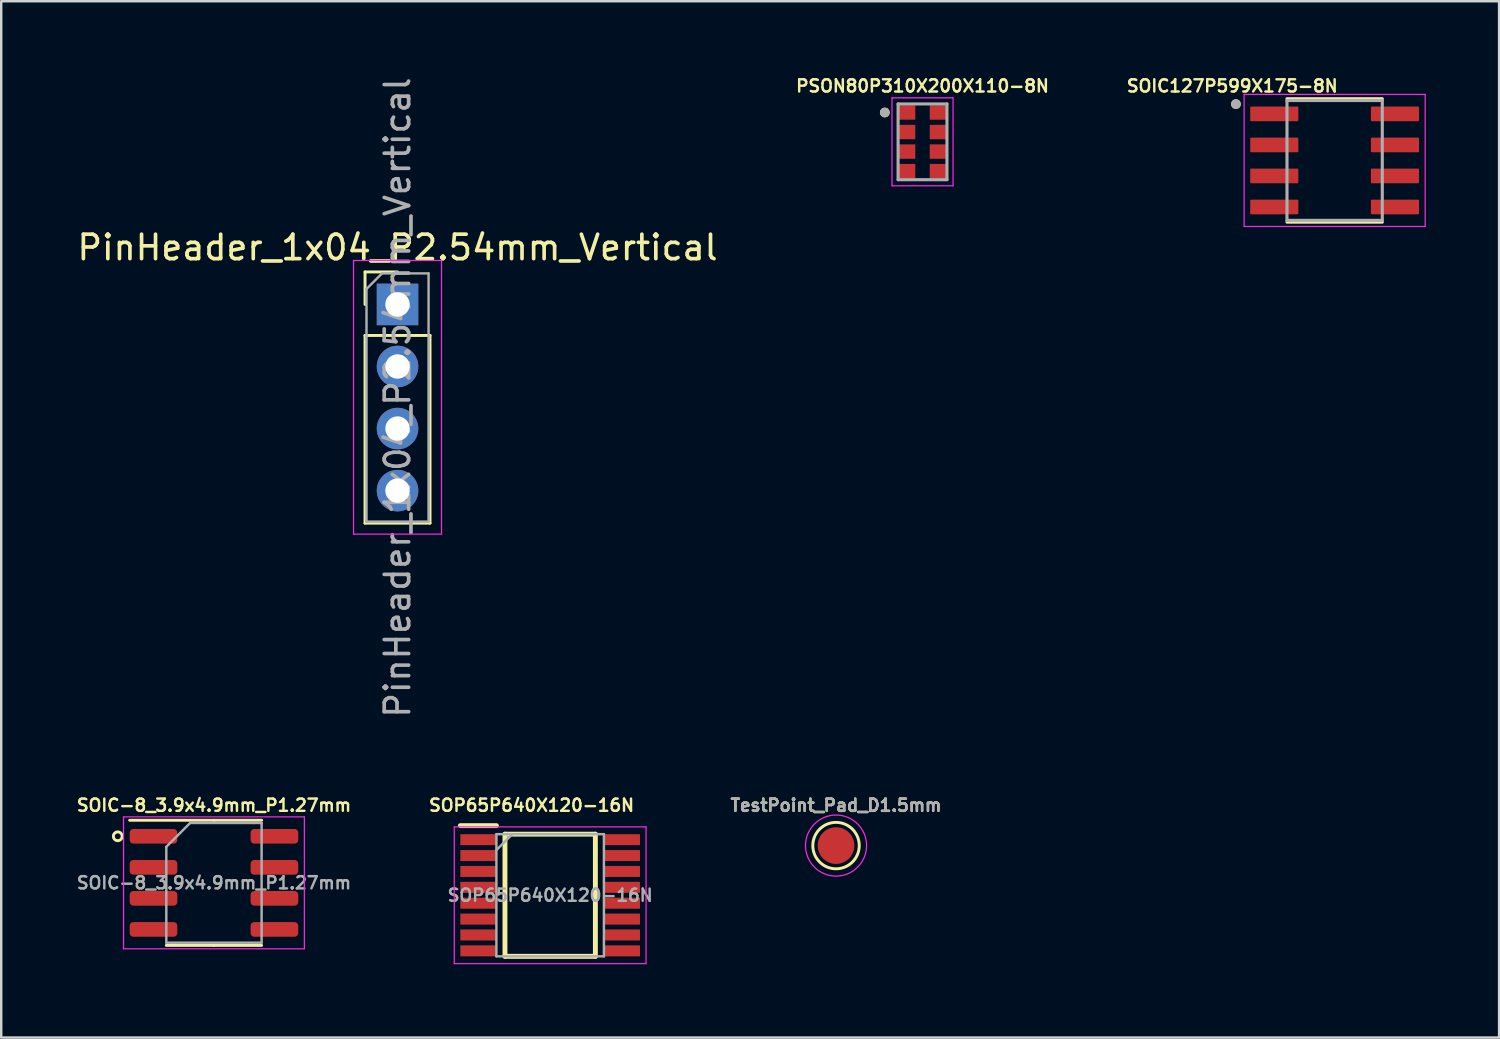
<source format=kicad_pcb>
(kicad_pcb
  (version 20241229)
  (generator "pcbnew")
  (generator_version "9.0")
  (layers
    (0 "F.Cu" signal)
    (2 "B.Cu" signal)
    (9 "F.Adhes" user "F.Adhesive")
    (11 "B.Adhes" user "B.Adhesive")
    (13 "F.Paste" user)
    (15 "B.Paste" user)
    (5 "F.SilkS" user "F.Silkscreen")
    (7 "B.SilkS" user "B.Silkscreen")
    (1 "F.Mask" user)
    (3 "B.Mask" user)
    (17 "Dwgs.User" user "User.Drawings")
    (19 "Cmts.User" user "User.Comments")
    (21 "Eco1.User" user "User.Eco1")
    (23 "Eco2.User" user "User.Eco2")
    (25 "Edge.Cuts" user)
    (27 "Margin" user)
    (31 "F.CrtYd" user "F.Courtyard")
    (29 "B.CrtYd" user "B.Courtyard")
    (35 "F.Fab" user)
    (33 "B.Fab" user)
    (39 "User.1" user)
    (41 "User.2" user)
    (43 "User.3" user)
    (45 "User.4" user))
  (footprint "TestPoint_Pad_D1.5mm"
    (layer "F.Cu")
    (at 31.167 31.558)
    (property "Reference" "TestPoint_Pad_D1.5mm" (at 0 -1.648 0) (layer "F.SilkS") (effects (font (size 0.5 0.5) (thickness 0.1))))
    (attr exclude_from_pos_files)
    (fp_circle (center 0 0) (end 0 0.95) (stroke (width 0.12) (type solid)) (fill no) (layer "F.SilkS"))
    (fp_circle (center 0 0) (end 1.25 0) (stroke (width 0.05) (type solid)) (fill no) (layer "F.CrtYd"))
    (fp_text user "${REFERENCE}" (at 0 -1.65 0) (layer "F.Fab") (effects (font (size 0.5 0.5) (thickness 0.1))))
    (pad "1" smd circle (at 0 0) (size 1.5 1.5) (layers "F.Cu" "F.Mask")))
  (footprint "PinHeader_1x04_P2.54mm_Vertical"
    (layer "F.Cu")
    (at 13.22 9.41)
    (property "Reference" "PinHeader_1x04_P2.54mm_Vertical" (at 0 -2.33 0) (layer "F.SilkS") (effects (font (size 1 1) (thickness 0.15))))
    (attr through_hole)
    (fp_line (start -1.33 -1.33) (end 0 -1.33) (stroke (width 0.12) (type solid)) (layer "F.SilkS"))
    (fp_line (start -1.33 0) (end -1.33 -1.33) (stroke (width 0.12) (type solid)) (layer "F.SilkS"))
    (fp_line (start -1.33 1.27) (end -1.33 8.95) (stroke (width 0.12) (type solid)) (layer "F.SilkS"))
    (fp_line (start -1.33 1.27) (end 1.33 1.27) (stroke (width 0.12) (type solid)) (layer "F.SilkS"))
    (fp_line (start -1.33 8.95) (end 1.33 8.95) (stroke (width 0.12) (type solid)) (layer "F.SilkS"))
    (fp_line (start 1.33 1.27) (end 1.33 8.95) (stroke (width 0.12) (type solid)) (layer "F.SilkS"))
    (fp_line (start -1.8 -1.8) (end -1.8 9.4) (stroke (width 0.05) (type solid)) (layer "F.CrtYd"))
    (fp_line (start -1.8 9.4) (end 1.8 9.4) (stroke (width 0.05) (type solid)) (layer "F.CrtYd"))
    (fp_line (start 1.8 -1.8) (end -1.8 -1.8) (stroke (width 0.05) (type solid)) (layer "F.CrtYd"))
    (fp_line (start 1.8 9.4) (end 1.8 -1.8) (stroke (width 0.05) (type solid)) (layer "F.CrtYd"))
    (fp_line (start -1.27 -0.635) (end -0.635 -1.27) (stroke (width 0.1) (type solid)) (layer "F.Fab"))
    (fp_line (start -1.27 8.89) (end -1.27 -0.635) (stroke (width 0.1) (type solid)) (layer "F.Fab"))
    (fp_line (start -0.635 -1.27) (end 1.27 -1.27) (stroke (width 0.1) (type solid)) (layer "F.Fab"))
    (fp_line (start 1.27 -1.27) (end 1.27 8.89) (stroke (width 0.1) (type solid)) (layer "F.Fab"))
    (fp_line (start 1.27 8.89) (end -1.27 8.89) (stroke (width 0.1) (type solid)) (layer "F.Fab"))
    (fp_text user "${REFERENCE}" (at 0 3.81 90) (layer "F.Fab") (effects (font (size 1 1) (thickness 0.15))))
    (pad "1" thru_hole rect (at 0 0 180) (size 1.7 1.7) (drill 1) (layers "*.Cu" "*.Mask"))
    (pad "2" thru_hole oval (at 0 2.54 180) (size 1.7 1.7) (drill 1) (layers "*.Cu" "*.Mask"))
    (pad "3" thru_hole oval (at 0 5.08 180) (size 1.7 1.7) (drill 1) (layers "*.Cu" "*.Mask"))
    (pad "4" thru_hole oval (at 0 7.62 180) (size 1.7 1.7) (drill 1) (layers "*.Cu" "*.Mask")))
  (footprint "SOIC-8_3.9x4.9mm_P1.27mm"
    (layer "F.Cu")
    (at 5.707 33.083)
    (property "Reference" "SOIC-8_3.9x4.9mm_P1.27mm" (at 0 -3.175 0) (layer "F.SilkS") (effects (font (size 0.5 0.5) (thickness 0.1))))
    (attr smd)
    (fp_line (start 0 -2.56) (end -3.45 -2.56) (stroke (width 0.12) (type solid)) (layer "F.SilkS"))
    (fp_line (start 0 -2.56) (end 1.95 -2.56) (stroke (width 0.12) (type solid)) (layer "F.SilkS"))
    (fp_line (start 0 2.56) (end -1.95 2.56) (stroke (width 0.12) (type solid)) (layer "F.SilkS"))
    (fp_line (start 0 2.56) (end 1.95 2.56) (stroke (width 0.12) (type solid)) (layer "F.SilkS"))
    (fp_circle (center -3.937 -1.905) (end -3.81 -2.032) (stroke (width 0.12) (type solid)) (fill no) (layer "F.SilkS"))
    (fp_line (start -3.7 -2.7) (end -3.7 2.7) (stroke (width 0.05) (type solid)) (layer "F.CrtYd"))
    (fp_line (start -3.7 2.7) (end 3.7 2.7) (stroke (width 0.05) (type solid)) (layer "F.CrtYd"))
    (fp_line (start 3.7 -2.7) (end -3.7 -2.7) (stroke (width 0.05) (type solid)) (layer "F.CrtYd"))
    (fp_line (start 3.7 2.7) (end 3.7 -2.7) (stroke (width 0.05) (type solid)) (layer "F.CrtYd"))
    (fp_line (start -1.95 -1.475) (end -0.975 -2.45) (stroke (width 0.1) (type solid)) (layer "F.Fab"))
    (fp_line (start -1.95 2.45) (end -1.95 -1.475) (stroke (width 0.1) (type solid)) (layer "F.Fab"))
    (fp_line (start -0.975 -2.45) (end 1.95 -2.45) (stroke (width 0.1) (type solid)) (layer "F.Fab"))
    (fp_line (start 1.95 -2.45) (end 1.95 2.45) (stroke (width 0.1) (type solid)) (layer "F.Fab"))
    (fp_line (start 1.95 2.45) (end -1.95 2.45) (stroke (width 0.1) (type solid)) (layer "F.Fab"))
    (fp_text user "${REFERENCE}" (at 0 0 0) (layer "F.Fab") (effects (font (size 0.5 0.5) (thickness 0.1))))
    (pad "1" smd roundrect (at -2.475 -1.905) (size 1.95 0.6) (layers "F.Cu" "F.Mask" "F.Paste") (roundrect_rratio 0.25))
    (pad "2" smd roundrect (at -2.475 -0.635) (size 1.95 0.6) (layers "F.Cu" "F.Mask" "F.Paste") (roundrect_rratio 0.25))
    (pad "3" smd roundrect (at -2.475 0.635) (size 1.95 0.6) (layers "F.Cu" "F.Mask" "F.Paste") (roundrect_rratio 0.25))
    (pad "4" smd roundrect (at -2.475 1.905) (size 1.95 0.6) (layers "F.Cu" "F.Mask" "F.Paste") (roundrect_rratio 0.25))
    (pad "5" smd roundrect (at 2.475 1.905) (size 1.95 0.6) (layers "F.Cu" "F.Mask" "F.Paste") (roundrect_rratio 0.25))
    (pad "6" smd roundrect (at 2.475 0.635) (size 1.95 0.6) (layers "F.Cu" "F.Mask" "F.Paste") (roundrect_rratio 0.25))
    (pad "7" smd roundrect (at 2.475 -0.635) (size 1.95 0.6) (layers "F.Cu" "F.Mask" "F.Paste") (roundrect_rratio 0.25))
    (pad "8" smd roundrect (at 2.475 -1.905) (size 1.95 0.6) (layers "F.Cu" "F.Mask" "F.Paste") (roundrect_rratio 0.25)))
  (footprint "SOP65P640X120-16N"
    (layer "F.Cu")
    (at 19.467 33.591)
    (property "Reference" "SOP65P640X120-16N" (at -0.762 -3.683 0) (layer "F.SilkS") (effects (font (size 0.5 0.5) (thickness 0.1))))
    (attr smd)
    (fp_line (start -3.675 -2.85) (end -2.2 -2.85) (stroke (width 0.2) (type solid)) (layer "F.SilkS"))
    (fp_line (start -1.85 -2.5) (end 1.85 -2.5) (stroke (width 0.2) (type solid)) (layer "F.SilkS"))
    (fp_line (start -1.85 2.5) (end -1.85 -2.5) (stroke (width 0.2) (type solid)) (layer "F.SilkS"))
    (fp_line (start 1.85 -2.5) (end 1.85 2.5) (stroke (width 0.2) (type solid)) (layer "F.SilkS"))
    (fp_line (start 1.85 2.5) (end -1.85 2.5) (stroke (width 0.2) (type solid)) (layer "F.SilkS"))
    (fp_line (start -3.925 -2.8) (end 3.925 -2.8) (stroke (width 0.05) (type solid)) (layer "F.CrtYd"))
    (fp_line (start -3.925 2.8) (end -3.925 -2.8) (stroke (width 0.05) (type solid)) (layer "F.CrtYd"))
    (fp_line (start 3.925 -2.8) (end 3.925 2.8) (stroke (width 0.05) (type solid)) (layer "F.CrtYd"))
    (fp_line (start 3.925 2.8) (end -3.925 2.8) (stroke (width 0.05) (type solid)) (layer "F.CrtYd"))
    (fp_line (start -2.2 -2.5) (end 2.2 -2.5) (stroke (width 0.1) (type solid)) (layer "F.Fab"))
    (fp_line (start -2.2 -1.85) (end -1.55 -2.5) (stroke (width 0.1) (type solid)) (layer "F.Fab"))
    (fp_line (start -2.2 2.5) (end -2.2 -2.5) (stroke (width 0.1) (type solid)) (layer "F.Fab"))
    (fp_line (start 2.2 -2.5) (end 2.2 2.5) (stroke (width 0.1) (type solid)) (layer "F.Fab"))
    (fp_line (start 2.2 2.5) (end -2.2 2.5) (stroke (width 0.1) (type solid)) (layer "F.Fab"))
    (fp_text user "${REFERENCE}" (at 0 0 0) (layer "F.Fab") (effects (font (size 0.5 0.5) (thickness 0.1))))
    (pad "1" smd rect (at -2.938 -2.275 90) (size 0.45 1.475) (layers "F.Cu" "F.Mask" "F.Paste"))
    (pad "2" smd rect (at -2.938 -1.625 90) (size 0.45 1.475) (layers "F.Cu" "F.Mask" "F.Paste"))
    (pad "3" smd rect (at -2.938 -0.975 90) (size 0.45 1.475) (layers "F.Cu" "F.Mask" "F.Paste"))
    (pad "4" smd rect (at -2.938 -0.325 90) (size 0.45 1.475) (layers "F.Cu" "F.Mask" "F.Paste"))
    (pad "5" smd rect (at -2.938 0.325 90) (size 0.45 1.475) (layers "F.Cu" "F.Mask" "F.Paste"))
    (pad "6" smd rect (at -2.938 0.975 90) (size 0.45 1.475) (layers "F.Cu" "F.Mask" "F.Paste"))
    (pad "7" smd rect (at -2.938 1.625 90) (size 0.45 1.475) (layers "F.Cu" "F.Mask" "F.Paste"))
    (pad "8" smd rect (at -2.938 2.275 90) (size 0.45 1.475) (layers "F.Cu" "F.Mask" "F.Paste"))
    (pad "9" smd rect (at 2.938 2.275 90) (size 0.45 1.475) (layers "F.Cu" "F.Mask" "F.Paste"))
    (pad "10" smd rect (at 2.938 1.625 90) (size 0.45 1.475) (layers "F.Cu" "F.Mask" "F.Paste"))
    (pad "11" smd rect (at 2.938 0.975 90) (size 0.45 1.475) (layers "F.Cu" "F.Mask" "F.Paste"))
    (pad "12" smd rect (at 2.938 0.325 90) (size 0.45 1.475) (layers "F.Cu" "F.Mask" "F.Paste"))
    (pad "13" smd rect (at 2.938 -0.325 90) (size 0.45 1.475) (layers "F.Cu" "F.Mask" "F.Paste"))
    (pad "14" smd rect (at 2.938 -0.975 90) (size 0.45 1.475) (layers "F.Cu" "F.Mask" "F.Paste"))
    (pad "15" smd rect (at 2.938 -1.625 90) (size 0.45 1.475) (layers "F.Cu" "F.Mask" "F.Paste"))
    (pad "16" smd rect (at 2.938 -2.275 90) (size 0.45 1.475) (layers "F.Cu" "F.Mask" "F.Paste")))
  (footprint "SOIC127P599X175-8N"
    (layer "F.Cu")
    (at 51.574 3.516)
    (property "Reference" "SOIC127P599X175-8N" (at -4.191 -3.048 180) (layer "F.SilkS") (effects (font (size 0.5 0.5) (thickness 0.1))))
    (attr through_hole)
    (fp_line (start -1.95 -2.525) (end 1.95 -2.525) (stroke (width 0.127) (type solid)) (layer "F.SilkS"))
    (fp_line (start -1.95 2.525) (end 1.95 2.525) (stroke (width 0.127) (type solid)) (layer "F.SilkS"))
    (fp_circle (center -4.04 -2.305) (end -3.94 -2.305) (stroke (width 0.2) (type solid)) (fill no) (layer "F.SilkS"))
    (fp_line (start -3.705 -2.703) (end -3.705 2.703) (stroke (width 0.05) (type solid)) (layer "F.CrtYd"))
    (fp_line (start -3.705 -2.703) (end 3.705 -2.703) (stroke (width 0.05) (type solid)) (layer "F.CrtYd"))
    (fp_line (start -3.705 2.703) (end 3.705 2.703) (stroke (width 0.05) (type solid)) (layer "F.CrtYd"))
    (fp_line (start 3.705 -2.703) (end 3.705 2.703) (stroke (width 0.05) (type solid)) (layer "F.CrtYd"))
    (fp_line (start -1.95 -2.453) (end -1.95 2.453) (stroke (width 0.127) (type solid)) (layer "F.Fab"))
    (fp_line (start -1.95 -2.453) (end 1.95 -2.453) (stroke (width 0.127) (type solid)) (layer "F.Fab"))
    (fp_line (start -1.95 2.453) (end 1.95 2.453) (stroke (width 0.127) (type solid)) (layer "F.Fab"))
    (fp_line (start 1.95 -2.453) (end 1.95 2.453) (stroke (width 0.127) (type solid)) (layer "F.Fab"))
    (fp_circle (center -4.04 -2.305) (end -3.94 -2.305) (stroke (width 0.2) (type solid)) (fill no) (layer "F.Fab"))
    (pad "1" smd roundrect (at -2.47 -1.905) (size 1.97 0.6) (layers "F.Cu" "F.Mask" "F.Paste") (roundrect_rratio 0.07))
    (pad "2" smd roundrect (at -2.47 -0.635) (size 1.97 0.6) (layers "F.Cu" "F.Mask" "F.Paste") (roundrect_rratio 0.07))
    (pad "3" smd roundrect (at -2.47 0.635) (size 1.97 0.6) (layers "F.Cu" "F.Mask" "F.Paste") (roundrect_rratio 0.07))
    (pad "4" smd roundrect (at -2.47 1.905) (size 1.97 0.6) (layers "F.Cu" "F.Mask" "F.Paste") (roundrect_rratio 0.07))
    (pad "5" smd roundrect (at 2.47 1.905) (size 1.97 0.6) (layers "F.Cu" "F.Mask" "F.Paste") (roundrect_rratio 0.07))
    (pad "6" smd roundrect (at 2.47 0.635) (size 1.97 0.6) (layers "F.Cu" "F.Mask" "F.Paste") (roundrect_rratio 0.07))
    (pad "7" smd roundrect (at 2.47 -0.635) (size 1.97 0.6) (layers "F.Cu" "F.Mask" "F.Paste") (roundrect_rratio 0.07))
    (pad "8" smd roundrect (at 2.47 -1.905) (size 1.97 0.6) (layers "F.Cu" "F.Mask" "F.Paste") (roundrect_rratio 0.07)))
  (footprint "PSON80P310X200X110-8N"
    (layer "F.Cu")
    (at 34.707 2.754)
    (property "Reference" "PSON80P310X200X110-8N" (at 0 -2.286 180) (layer "F.SilkS") (effects (font (size 0.5 0.5) (thickness 0.1))))
    (attr through_hole)
    (fp_circle (center -1.544 -1.2) (end -1.444 -1.2) (stroke (width 0.2) (type solid)) (fill no) (layer "F.SilkS"))
    (fp_line (start -1.25 -1.8) (end -1.25 1.8) (stroke (width 0.05) (type solid)) (layer "F.CrtYd"))
    (fp_line (start -1.25 1.8) (end 1.25 1.8) (stroke (width 0.05) (type solid)) (layer "F.CrtYd"))
    (fp_line (start 1.25 -1.8) (end -1.25 -1.8) (stroke (width 0.05) (type solid)) (layer "F.CrtYd"))
    (fp_line (start 1.25 1.8) (end 1.25 -1.8) (stroke (width 0.05) (type solid)) (layer "F.CrtYd"))
    (fp_line (start -1 -1.55) (end 1 -1.55) (stroke (width 0.127) (type solid)) (layer "F.Fab"))
    (fp_line (start -1 1.55) (end -1 -1.55) (stroke (width 0.127) (type solid)) (layer "F.Fab"))
    (fp_line (start 1 -1.55) (end 1 1.55) (stroke (width 0.127) (type solid)) (layer "F.Fab"))
    (fp_line (start 1 1.55) (end -1 1.55) (stroke (width 0.127) (type solid)) (layer "F.Fab"))
    (fp_circle (center -1.544 -1.2) (end -1.444 -1.2) (stroke (width 0.2) (type solid)) (fill no) (layer "F.Fab"))
    (pad "1" smd rect (at -0.64 -1.2) (size 0.69 0.59) (layers "F.Cu" "F.Mask" "F.Paste"))
    (pad "2" smd rect (at -0.64 -0.4) (size 0.69 0.59) (layers "F.Cu" "F.Mask" "F.Paste"))
    (pad "3" smd rect (at -0.64 0.4) (size 0.69 0.59) (layers "F.Cu" "F.Mask" "F.Paste"))
    (pad "4" smd rect (at -0.64 1.2) (size 0.69 0.59) (layers "F.Cu" "F.Mask" "F.Paste"))
    (pad "5" smd rect (at 0.64 1.2) (size 0.69 0.59) (layers "F.Cu" "F.Mask" "F.Paste"))
    (pad "6" smd rect (at 0.64 0.4) (size 0.69 0.59) (layers "F.Cu" "F.Mask" "F.Paste"))
    (pad "7" smd rect (at 0.64 -0.4) (size 0.69 0.59) (layers "F.Cu" "F.Mask" "F.Paste"))
    (pad "8" smd rect (at 0.64 -1.2) (size 0.69 0.59) (layers "F.Cu" "F.Mask" "F.Paste")))
  (gr_rect
    (start -3 -3)
    (end 58.304 39.416)
    (stroke (width 0.1) (type default))
    (fill no)
    (layer "Edge.Cuts")))
</source>
